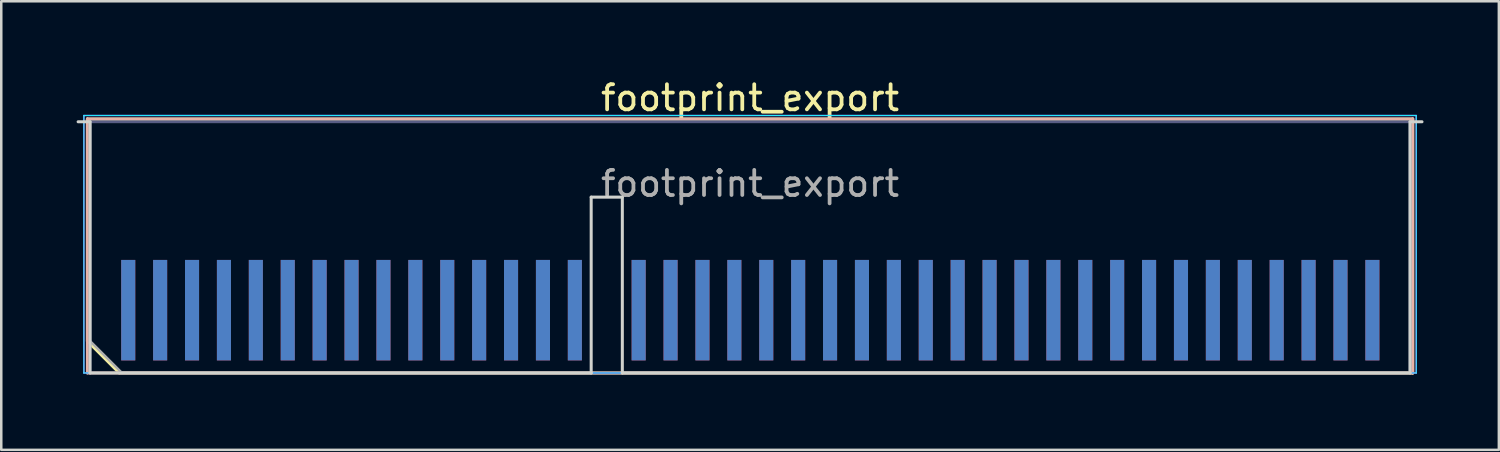
<source format=kicad_pcb>
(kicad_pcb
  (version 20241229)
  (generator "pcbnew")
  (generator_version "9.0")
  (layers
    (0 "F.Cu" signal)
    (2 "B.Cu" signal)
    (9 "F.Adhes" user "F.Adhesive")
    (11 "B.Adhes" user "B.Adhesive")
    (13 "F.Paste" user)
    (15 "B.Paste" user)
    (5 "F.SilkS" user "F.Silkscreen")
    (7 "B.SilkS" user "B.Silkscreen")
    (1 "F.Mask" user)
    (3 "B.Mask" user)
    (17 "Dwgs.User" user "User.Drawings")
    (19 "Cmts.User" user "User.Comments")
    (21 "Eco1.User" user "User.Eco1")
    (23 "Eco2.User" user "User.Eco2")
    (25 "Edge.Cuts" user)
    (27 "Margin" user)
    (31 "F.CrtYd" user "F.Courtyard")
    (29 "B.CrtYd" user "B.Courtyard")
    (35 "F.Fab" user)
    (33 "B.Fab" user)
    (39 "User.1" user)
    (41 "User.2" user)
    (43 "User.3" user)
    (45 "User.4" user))
  (footprint "footprint_export"
    (layer "F.Cu")
    (at 26.81 6.798)
    (property "Reference" "footprint_export" (at 0 -5.95 0) (layer "F.SilkS") (effects (font (size 1 1) (thickness 0.15))))
    (attr exclude_from_pos_files exclude_from_bom)
    (fp_line (start -26.38 -5.11) (end 26.38 -5.11) (stroke (width 0.12) (type solid)) (layer "F.SilkS"))
    (fp_line (start -26.38 3.73) (end -26.38 -5.11) (stroke (width 0.12) (type solid)) (layer "F.SilkS"))
    (fp_line (start -25.11 5) (end -26.38 3.73) (stroke (width 0.12) (type solid)) (layer "F.SilkS"))
    (fp_line (start -25.11 5) (end 26.38 5) (stroke (width 0.12) (type solid)) (layer "F.SilkS"))
    (fp_line (start 26.38 5) (end 26.38 -5.11) (stroke (width 0.12) (type solid)) (layer "F.SilkS"))
    (fp_line (start -26.38 -5.11) (end 26.38 -5.11) (stroke (width 0.12) (type solid)) (layer "B.SilkS"))
    (fp_line (start -26.38 5) (end -26.38 -5.11) (stroke (width 0.12) (type solid)) (layer "B.SilkS"))
    (fp_line (start -26.38 5) (end 26.38 5) (stroke (width 0.12) (type solid)) (layer "B.SilkS"))
    (fp_line (start 26.38 5) (end 26.38 -5.11) (stroke (width 0.12) (type solid)) (layer "B.SilkS"))
    (fp_line (start -26.75 -5) (end -26.275 -5) (stroke (width 0.12) (type solid)) (layer "Edge.Cuts"))
    (fp_line (start -26.275 5) (end -26.275 -5) (stroke (width 0.12) (type solid)) (layer "Edge.Cuts"))
    (fp_line (start -26.275 5) (end -6.325 5) (stroke (width 0.12) (type solid)) (layer "Edge.Cuts"))
    (fp_line (start -6.325 -2) (end -5.085 -2) (stroke (width 0.12) (type solid)) (layer "Edge.Cuts"))
    (fp_line (start -6.325 5) (end -6.325 -2) (stroke (width 0.12) (type solid)) (layer "Edge.Cuts"))
    (fp_line (start -5.085 5) (end -5.085 -2) (stroke (width 0.12) (type solid)) (layer "Edge.Cuts"))
    (fp_line (start -5.085 5) (end 26.275 5) (stroke (width 0.12) (type solid)) (layer "Edge.Cuts"))
    (fp_line (start 26.275 5) (end 26.275 -5) (stroke (width 0.12) (type solid)) (layer "Edge.Cuts"))
    (fp_line (start 26.75 -5) (end 26.275 -5) (stroke (width 0.12) (type solid)) (layer "Edge.Cuts"))
    (fp_line (start -26.52 -5.25) (end -26.52 5) (stroke (width 0.05) (type solid)) (layer "B.CrtYd"))
    (fp_line (start -26.52 5) (end 26.52 5) (stroke (width 0.05) (type solid)) (layer "B.CrtYd"))
    (fp_line (start 26.52 -5.25) (end -26.52 -5.25) (stroke (width 0.05) (type solid)) (layer "B.CrtYd"))
    (fp_line (start 26.52 5) (end 26.52 -5.25) (stroke (width 0.05) (type solid)) (layer "B.CrtYd"))
    (fp_line (start -26.52 -5.25) (end -26.52 5) (stroke (width 0.05) (type solid)) (layer "F.CrtYd"))
    (fp_line (start -26.52 5) (end 26.52 5) (stroke (width 0.05) (type solid)) (layer "F.CrtYd"))
    (fp_line (start 26.52 -5.25) (end -26.52 -5.25) (stroke (width 0.05) (type solid)) (layer "F.CrtYd"))
    (fp_line (start 26.52 5) (end 26.52 -5.25) (stroke (width 0.05) (type solid)) (layer "F.CrtYd"))
    (fp_line (start -26.275 -5) (end 26.275 -5) (stroke (width 0.1) (type solid)) (layer "B.Fab"))
    (fp_line (start -26.275 5) (end -26.275 -5) (stroke (width 0.1) (type solid)) (layer "B.Fab"))
    (fp_line (start -26.275 5) (end 26.275 5) (stroke (width 0.1) (type solid)) (layer "B.Fab"))
    (fp_line (start 26.275 5) (end 26.275 -5) (stroke (width 0.1) (type solid)) (layer "B.Fab"))
    (fp_line (start -26.275 -5) (end 26.275 -5) (stroke (width 0.1) (type solid)) (layer "F.Fab"))
    (fp_line (start -26.275 3.73) (end -26.275 -5) (stroke (width 0.1) (type solid)) (layer "F.Fab"))
    (fp_line (start -26.275 3.73) (end -25.005 5) (stroke (width 0.1) (type solid)) (layer "F.Fab"))
    (fp_line (start -25.005 5) (end 26.275 5) (stroke (width 0.1) (type solid)) (layer "F.Fab"))
    (fp_line (start 26.275 5) (end 26.275 -5) (stroke (width 0.1) (type solid)) (layer "F.Fab"))
    (fp_text user "${REFERENCE}" (at 0 -2.54 0) (layer "F.Fab") (effects (font (size 1 1) (thickness 0.15))))
    (pad "1" connect rect (at -24.755 2.5) (size 0.56 4) (layers "F.Cu" "F.Mask"))
    (pad "2" connect rect (at -24.755 2.5) (size 0.56 4) (layers "B.Cu" "B.Mask"))
    (pad "3" connect rect (at -23.485 2.5) (size 0.56 4) (layers "F.Cu" "F.Mask"))
    (pad "4" connect rect (at -23.485 2.5) (size 0.56 4) (layers "B.Cu" "B.Mask"))
    (pad "5" connect rect (at -22.215 2.5) (size 0.56 4) (layers "F.Cu" "F.Mask"))
    (pad "6" connect rect (at -22.215 2.5) (size 0.56 4) (layers "B.Cu" "B.Mask"))
    (pad "7" connect rect (at -20.945 2.5) (size 0.56 4) (layers "F.Cu" "F.Mask"))
    (pad "8" connect rect (at -20.945 2.5) (size 0.56 4) (layers "B.Cu" "B.Mask"))
    (pad "9" connect rect (at -19.675 2.5) (size 0.56 4) (layers "F.Cu" "F.Mask"))
    (pad "10" connect rect (at -19.675 2.5) (size 0.56 4) (layers "B.Cu" "B.Mask"))
    (pad "11" connect rect (at -18.405 2.5) (size 0.56 4) (layers "F.Cu" "F.Mask"))
    (pad "12" connect rect (at -18.405 2.5) (size 0.56 4) (layers "B.Cu" "B.Mask"))
    (pad "13" connect rect (at -17.135 2.5) (size 0.56 4) (layers "F.Cu" "F.Mask"))
    (pad "14" connect rect (at -17.135 2.5) (size 0.56 4) (layers "B.Cu" "B.Mask"))
    (pad "15" connect rect (at -15.865 2.5) (size 0.56 4) (layers "F.Cu" "F.Mask"))
    (pad "16" connect rect (at -15.865 2.5) (size 0.56 4) (layers "B.Cu" "B.Mask"))
    (pad "17" connect rect (at -14.595 2.5) (size 0.56 4) (layers "F.Cu" "F.Mask"))
    (pad "18" connect rect (at -14.595 2.5) (size 0.56 4) (layers "B.Cu" "B.Mask"))
    (pad "19" connect rect (at -13.325 2.5) (size 0.56 4) (layers "F.Cu" "F.Mask"))
    (pad "20" connect rect (at -13.325 2.5) (size 0.56 4) (layers "B.Cu" "B.Mask"))
    (pad "21" connect rect (at -12.055 2.5) (size 0.56 4) (layers "F.Cu" "F.Mask"))
    (pad "22" connect rect (at -12.055 2.5) (size 0.56 4) (layers "B.Cu" "B.Mask"))
    (pad "23" connect rect (at -10.785 2.5) (size 0.56 4) (layers "F.Cu" "F.Mask"))
    (pad "24" connect rect (at -10.785 2.5) (size 0.56 4) (layers "B.Cu" "B.Mask"))
    (pad "25" connect rect (at -9.515 2.5) (size 0.56 4) (layers "F.Cu" "F.Mask"))
    (pad "26" connect rect (at -9.515 2.5) (size 0.56 4) (layers "B.Cu" "B.Mask"))
    (pad "27" connect rect (at -8.245 2.5) (size 0.56 4) (layers "F.Cu" "F.Mask"))
    (pad "28" connect rect (at -8.245 2.5) (size 0.56 4) (layers "B.Cu" "B.Mask"))
    (pad "29" connect rect (at -6.975 2.5) (size 0.56 4) (layers "F.Cu" "F.Mask"))
    (pad "30" connect rect (at -6.975 2.5) (size 0.56 4) (layers "B.Cu" "B.Mask"))
    (pad "33" connect rect (at -4.435 2.5) (size 0.56 4) (layers "F.Cu" "F.Mask"))
    (pad "34" connect rect (at -4.435 2.5) (size 0.56 4) (layers "B.Cu" "B.Mask"))
    (pad "35" connect rect (at -3.165 2.5) (size 0.56 4) (layers "F.Cu" "F.Mask"))
    (pad "36" connect rect (at -3.165 2.5) (size 0.56 4) (layers "B.Cu" "B.Mask"))
    (pad "37" connect rect (at -1.895 2.5) (size 0.56 4) (layers "F.Cu" "F.Mask"))
    (pad "38" connect rect (at -1.895 2.5) (size 0.56 4) (layers "B.Cu" "B.Mask"))
    (pad "39" connect rect (at -0.625 2.5) (size 0.56 4) (layers "F.Cu" "F.Mask"))
    (pad "40" connect rect (at -0.625 2.5) (size 0.56 4) (layers "B.Cu" "B.Mask"))
    (pad "41" connect rect (at 0.645 2.5) (size 0.56 4) (layers "F.Cu" "F.Mask"))
    (pad "42" connect rect (at 0.645 2.5) (size 0.56 4) (layers "B.Cu" "B.Mask"))
    (pad "43" connect rect (at 1.915 2.5) (size 0.56 4) (layers "F.Cu" "F.Mask"))
    (pad "44" connect rect (at 1.915 2.5) (size 0.56 4) (layers "B.Cu" "B.Mask"))
    (pad "45" connect rect (at 3.185 2.5) (size 0.56 4) (layers "F.Cu" "F.Mask"))
    (pad "46" connect rect (at 3.185 2.5) (size 0.56 4) (layers "B.Cu" "B.Mask"))
    (pad "47" connect rect (at 4.455 2.5) (size 0.56 4) (layers "F.Cu" "F.Mask"))
    (pad "48" connect rect (at 4.455 2.5) (size 0.56 4) (layers "B.Cu" "B.Mask"))
    (pad "49" connect rect (at 5.725 2.5) (size 0.56 4) (layers "F.Cu" "F.Mask"))
    (pad "50" connect rect (at 5.725 2.5) (size 0.56 4) (layers "B.Cu" "B.Mask"))
    (pad "51" connect rect (at 6.995 2.5) (size 0.56 4) (layers "F.Cu" "F.Mask"))
    (pad "52" connect rect (at 6.995 2.5) (size 0.56 4) (layers "B.Cu" "B.Mask"))
    (pad "53" connect rect (at 8.265 2.5) (size 0.56 4) (layers "F.Cu" "F.Mask"))
    (pad "54" connect rect (at 8.265 2.5) (size 0.56 4) (layers "B.Cu" "B.Mask"))
    (pad "55" connect rect (at 9.535 2.5) (size 0.56 4) (layers "F.Cu" "F.Mask"))
    (pad "56" connect rect (at 9.535 2.5) (size 0.56 4) (layers "B.Cu" "B.Mask"))
    (pad "57" connect rect (at 10.805 2.5) (size 0.56 4) (layers "F.Cu" "F.Mask"))
    (pad "58" connect rect (at 10.805 2.5) (size 0.56 4) (layers "B.Cu" "B.Mask"))
    (pad "59" connect rect (at 12.075 2.5) (size 0.56 4) (layers "F.Cu" "F.Mask"))
    (pad "60" connect rect (at 12.075 2.5) (size 0.56 4) (layers "B.Cu" "B.Mask"))
    (pad "61" connect rect (at 13.345 2.5) (size 0.56 4) (layers "F.Cu" "F.Mask"))
    (pad "62" connect rect (at 13.345 2.5) (size 0.56 4) (layers "B.Cu" "B.Mask"))
    (pad "63" connect rect (at 14.615 2.5) (size 0.56 4) (layers "F.Cu" "F.Mask"))
    (pad "64" connect rect (at 14.615 2.5) (size 0.56 4) (layers "B.Cu" "B.Mask"))
    (pad "65" connect rect (at 15.885 2.5) (size 0.56 4) (layers "F.Cu" "F.Mask"))
    (pad "66" connect rect (at 15.885 2.5) (size 0.56 4) (layers "B.Cu" "B.Mask"))
    (pad "67" connect rect (at 17.155 2.5) (size 0.56 4) (layers "F.Cu" "F.Mask"))
    (pad "68" connect rect (at 17.155 2.5) (size 0.56 4) (layers "B.Cu" "B.Mask"))
    (pad "69" connect rect (at 18.425 2.5) (size 0.56 4) (layers "F.Cu" "F.Mask"))
    (pad "70" connect rect (at 18.425 2.5) (size 0.56 4) (layers "B.Cu" "B.Mask"))
    (pad "71" connect rect (at 19.695 2.5) (size 0.56 4) (layers "F.Cu" "F.Mask"))
    (pad "72" connect rect (at 19.695 2.5) (size 0.56 4) (layers "B.Cu" "B.Mask"))
    (pad "73" connect rect (at 20.965 2.5) (size 0.56 4) (layers "F.Cu" "F.Mask"))
    (pad "74" connect rect (at 20.965 2.5) (size 0.56 4) (layers "B.Cu" "B.Mask"))
    (pad "75" connect rect (at 22.235 2.5) (size 0.56 4) (layers "F.Cu" "F.Mask"))
    (pad "76" connect rect (at 22.235 2.5) (size 0.56 4) (layers "B.Cu" "B.Mask"))
    (pad "77" connect rect (at 23.505 2.5) (size 0.56 4) (layers "F.Cu" "F.Mask"))
    (pad "78" connect rect (at 23.505 2.5) (size 0.56 4) (layers "B.Cu" "B.Mask"))
    (pad "79" connect rect (at 24.775 2.5) (size 0.56 4) (layers "F.Cu" "F.Mask"))
    (pad "80" connect rect (at 24.775 2.5) (size 0.56 4) (layers "B.Cu" "B.Mask")))
  (gr_rect
    (start -3 -3)
    (end 56.62 14.858)
    (stroke (width 0.1) (type default))
    (fill no)
    (layer "Edge.Cuts")))
</source>
